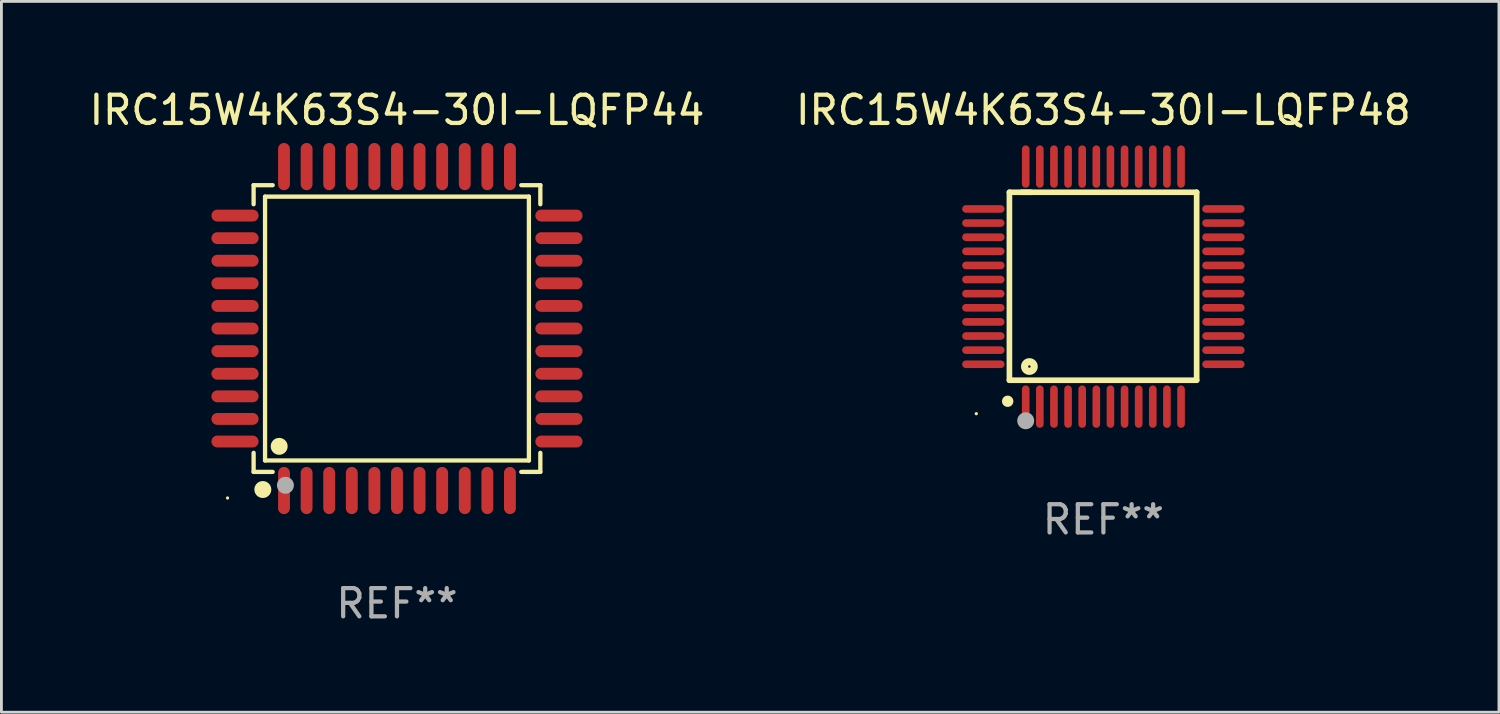
<source format=kicad_pcb>
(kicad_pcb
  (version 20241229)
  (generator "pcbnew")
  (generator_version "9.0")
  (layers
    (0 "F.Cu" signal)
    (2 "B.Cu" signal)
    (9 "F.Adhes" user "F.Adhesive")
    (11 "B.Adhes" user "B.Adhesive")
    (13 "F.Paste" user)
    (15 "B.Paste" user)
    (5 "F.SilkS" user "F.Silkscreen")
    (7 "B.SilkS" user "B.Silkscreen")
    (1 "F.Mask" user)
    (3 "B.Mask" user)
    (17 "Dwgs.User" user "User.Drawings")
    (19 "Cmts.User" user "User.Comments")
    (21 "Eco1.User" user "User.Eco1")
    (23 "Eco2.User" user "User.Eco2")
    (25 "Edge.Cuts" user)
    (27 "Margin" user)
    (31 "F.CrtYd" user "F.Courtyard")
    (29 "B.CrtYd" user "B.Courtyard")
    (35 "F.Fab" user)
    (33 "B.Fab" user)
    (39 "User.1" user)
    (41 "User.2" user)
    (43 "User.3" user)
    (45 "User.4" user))
  (footprint "IRC15W4K63S4-30I-LQFP48"
    (layer "F.Cu")
    (at 36.018 7.098)
    (property "Reference" "IRC15W4K63S4-30I-LQFP48" (at 0 -6.25 0) (layer "F.SilkS") (effects (font (size 1 1) (thickness 0.15))))
    (attr through_hole)
    (fp_line (start -3.327 -3.34) (end -2.565 -3.34) (stroke (width 0.2) (type solid)) (layer "F.SilkS"))
    (fp_line (start -3.327 3.315) (end -3.327 -3.34) (stroke (width 0.2) (type solid)) (layer "F.SilkS"))
    (fp_line (start -2.896 -3.34) (end 3.302 -3.34) (stroke (width 0.2) (type solid)) (layer "F.SilkS"))
    (fp_line (start 3.302 -3.34) (end 3.302 3.315) (stroke (width 0.2) (type solid)) (layer "F.SilkS"))
    (fp_line (start 3.302 3.315) (end -3.327 3.315) (stroke (width 0.2) (type solid)) (layer "F.SilkS"))
    (fp_arc (start -3.389992 4.059995) (mid -3.388722 4.059991) (end -3.387452 4.059995) (stroke (width 0.4) (type solid)) (layer "F.SilkS"))
    (fp_circle (center -4.5 4.5) (end -4.47 4.5) (stroke (width 0.06) (type solid)) (fill no) (layer "F.SilkS"))
    (fp_circle (center -2.62 2.83) (end -2.45 2.83) (stroke (width 0.254) (type solid)) (fill no) (layer "F.SilkS"))
    (fp_circle (center -2.75 4.75) (end -2.6 4.75) (stroke (width 0.3) (type solid)) (fill no) (layer "F.Fab"))
    (fp_text user "REF**" (at 0 8.25 0) (layer "F.Fab") (effects (font (size 1 1) (thickness 0.15))))
    (pad "1" smd oval (at -2.75 4.25) (size 0.27 1.5) (layers "F.Cu" "F.Mask" "F.Paste"))
    (pad "2" smd oval (at -2.25 4.25) (size 0.27 1.5) (layers "F.Cu" "F.Mask" "F.Paste"))
    (pad "3" smd oval (at -1.75 4.25) (size 0.27 1.5) (layers "F.Cu" "F.Mask" "F.Paste"))
    (pad "4" smd oval (at -1.25 4.25) (size 0.27 1.5) (layers "F.Cu" "F.Mask" "F.Paste"))
    (pad "5" smd oval (at -0.75 4.25) (size 0.27 1.5) (layers "F.Cu" "F.Mask" "F.Paste"))
    (pad "6" smd oval (at -0.25 4.25) (size 0.27 1.5) (layers "F.Cu" "F.Mask" "F.Paste"))
    (pad "7" smd oval (at 0.25 4.25) (size 0.27 1.5) (layers "F.Cu" "F.Mask" "F.Paste"))
    (pad "8" smd oval (at 0.75 4.25) (size 0.27 1.5) (layers "F.Cu" "F.Mask" "F.Paste"))
    (pad "9" smd oval (at 1.25 4.25) (size 0.27 1.5) (layers "F.Cu" "F.Mask" "F.Paste"))
    (pad "10" smd oval (at 1.75 4.25) (size 0.27 1.5) (layers "F.Cu" "F.Mask" "F.Paste"))
    (pad "11" smd oval (at 2.25 4.25) (size 0.27 1.5) (layers "F.Cu" "F.Mask" "F.Paste"))
    (pad "12" smd oval (at 2.75 4.25) (size 0.27 1.5) (layers "F.Cu" "F.Mask" "F.Paste"))
    (pad "13" smd oval (at 4.25 2.75) (size 1.5 0.27) (layers "F.Cu" "F.Mask" "F.Paste"))
    (pad "14" smd oval (at 4.25 2.25) (size 1.5 0.27) (layers "F.Cu" "F.Mask" "F.Paste"))
    (pad "15" smd oval (at 4.25 1.75) (size 1.5 0.27) (layers "F.Cu" "F.Mask" "F.Paste"))
    (pad "16" smd oval (at 4.25 1.25) (size 1.5 0.27) (layers "F.Cu" "F.Mask" "F.Paste"))
    (pad "17" smd oval (at 4.25 0.75) (size 1.5 0.27) (layers "F.Cu" "F.Mask" "F.Paste"))
    (pad "18" smd oval (at 4.25 0.25) (size 1.5 0.27) (layers "F.Cu" "F.Mask" "F.Paste"))
    (pad "19" smd oval (at 4.25 -0.25) (size 1.5 0.27) (layers "F.Cu" "F.Mask" "F.Paste"))
    (pad "20" smd oval (at 4.25 -0.75) (size 1.5 0.27) (layers "F.Cu" "F.Mask" "F.Paste"))
    (pad "21" smd oval (at 4.25 -1.25) (size 1.5 0.27) (layers "F.Cu" "F.Mask" "F.Paste"))
    (pad "22" smd oval (at 4.25 -1.75) (size 1.5 0.27) (layers "F.Cu" "F.Mask" "F.Paste"))
    (pad "23" smd oval (at 4.25 -2.25) (size 1.5 0.27) (layers "F.Cu" "F.Mask" "F.Paste"))
    (pad "24" smd oval (at 4.25 -2.75) (size 1.5 0.27) (layers "F.Cu" "F.Mask" "F.Paste"))
    (pad "25" smd oval (at 2.75 -4.25) (size 0.27 1.5) (layers "F.Cu" "F.Mask" "F.Paste"))
    (pad "26" smd oval (at 2.25 -4.25) (size 0.27 1.5) (layers "F.Cu" "F.Mask" "F.Paste"))
    (pad "27" smd oval (at 1.75 -4.25) (size 0.27 1.5) (layers "F.Cu" "F.Mask" "F.Paste"))
    (pad "28" smd oval (at 1.25 -4.25) (size 0.27 1.5) (layers "F.Cu" "F.Mask" "F.Paste"))
    (pad "29" smd oval (at 0.75 -4.25) (size 0.27 1.5) (layers "F.Cu" "F.Mask" "F.Paste"))
    (pad "30" smd oval (at 0.25 -4.25) (size 0.27 1.5) (layers "F.Cu" "F.Mask" "F.Paste"))
    (pad "31" smd oval (at -0.25 -4.25) (size 0.27 1.5) (layers "F.Cu" "F.Mask" "F.Paste"))
    (pad "32" smd oval (at -0.75 -4.25) (size 0.27 1.5) (layers "F.Cu" "F.Mask" "F.Paste"))
    (pad "33" smd oval (at -1.25 -4.25) (size 0.27 1.5) (layers "F.Cu" "F.Mask" "F.Paste"))
    (pad "34" smd oval (at -1.75 -4.25) (size 0.27 1.5) (layers "F.Cu" "F.Mask" "F.Paste"))
    (pad "35" smd oval (at -2.25 -4.25) (size 0.27 1.5) (layers "F.Cu" "F.Mask" "F.Paste"))
    (pad "36" smd oval (at -2.75 -4.25) (size 0.27 1.5) (layers "F.Cu" "F.Mask" "F.Paste"))
    (pad "37" smd oval (at -4.25 -2.75) (size 1.5 0.27) (layers "F.Cu" "F.Mask" "F.Paste"))
    (pad "38" smd oval (at -4.25 -2.25) (size 1.5 0.27) (layers "F.Cu" "F.Mask" "F.Paste"))
    (pad "39" smd oval (at -4.25 -1.75) (size 1.5 0.27) (layers "F.Cu" "F.Mask" "F.Paste"))
    (pad "40" smd oval (at -4.25 -1.25) (size 1.5 0.27) (layers "F.Cu" "F.Mask" "F.Paste"))
    (pad "41" smd oval (at -4.25 -0.75) (size 1.5 0.27) (layers "F.Cu" "F.Mask" "F.Paste"))
    (pad "42" smd oval (at -4.25 -0.25) (size 1.5 0.27) (layers "F.Cu" "F.Mask" "F.Paste"))
    (pad "43" smd oval (at -4.25 0.25) (size 1.5 0.27) (layers "F.Cu" "F.Mask" "F.Paste"))
    (pad "44" smd oval (at -4.25 0.75) (size 1.5 0.27) (layers "F.Cu" "F.Mask" "F.Paste"))
    (pad "45" smd oval (at -4.25 1.25) (size 1.5 0.27) (layers "F.Cu" "F.Mask" "F.Paste"))
    (pad "46" smd oval (at -4.25 1.75) (size 1.5 0.27) (layers "F.Cu" "F.Mask" "F.Paste"))
    (pad "47" smd oval (at -4.25 2.25) (size 1.5 0.27) (layers "F.Cu" "F.Mask" "F.Paste"))
    (pad "48" smd oval (at -4.25 2.75) (size 1.5 0.27) (layers "F.Cu" "F.Mask" "F.Paste")))
  (footprint "IRC15W4K63S4-30I-LQFP44"
    (layer "F.Cu")
    (at 11.006 8.583)
    (property "Reference" "IRC15W4K63S4-30I-LQFP44" (at 0 -7.735 0) (layer "F.SilkS") (effects (font (size 1 1) (thickness 0.15))))
    (attr through_hole)
    (fp_line (start -5.076 -5.076) (end -4.401 -5.076) (stroke (width 0.152) (type solid)) (layer "F.SilkS"))
    (fp_line (start -5.076 -4.401) (end -5.076 -5.076) (stroke (width 0.152) (type solid)) (layer "F.SilkS"))
    (fp_line (start -5.076 4.401) (end -5.076 5.076) (stroke (width 0.152) (type solid)) (layer "F.SilkS"))
    (fp_line (start -5.076 5.076) (end -4.401 5.076) (stroke (width 0.152) (type solid)) (layer "F.SilkS"))
    (fp_line (start -4.671 -4.671) (end 4.671 -4.671) (stroke (width 0.152) (type solid)) (layer "F.SilkS"))
    (fp_line (start -4.671 4.671) (end -4.671 -4.671) (stroke (width 0.152) (type solid)) (layer "F.SilkS"))
    (fp_line (start 4.671 -4.671) (end 4.671 4.671) (stroke (width 0.152) (type solid)) (layer "F.SilkS"))
    (fp_line (start 4.671 4.671) (end -4.671 4.671) (stroke (width 0.152) (type solid)) (layer "F.SilkS"))
    (fp_line (start 5.076 -5.076) (end 4.401 -5.076) (stroke (width 0.152) (type solid)) (layer "F.SilkS"))
    (fp_line (start 5.076 -4.401) (end 5.076 -5.076) (stroke (width 0.152) (type solid)) (layer "F.SilkS"))
    (fp_line (start 5.076 4.401) (end 5.076 5.076) (stroke (width 0.152) (type solid)) (layer "F.SilkS"))
    (fp_line (start 5.076 5.076) (end 4.401 5.076) (stroke (width 0.152) (type solid)) (layer "F.SilkS"))
    (fp_circle (center -6 6) (end -5.97 6) (stroke (width 0.06) (type solid)) (fill no) (layer "F.SilkS"))
    (fp_circle (center -4.75 5.7) (end -4.6 5.7) (stroke (width 0.3) (type solid)) (fill no) (layer "F.SilkS"))
    (fp_circle (center -4.171 4.171) (end -4.021 4.171) (stroke (width 0.3) (type solid)) (fill no) (layer "F.SilkS"))
    (fp_circle (center -3.95 5.55) (end -3.8 5.55) (stroke (width 0.3) (type solid)) (fill no) (layer "F.Fab"))
    (fp_text user "REF**" (at 0 9.735 0) (layer "F.Fab") (effects (font (size 1 1) (thickness 0.15))))
    (pad "1" smd oval (at -4 5.735) (size 0.42 1.67) (layers "F.Cu" "F.Mask" "F.Paste"))
    (pad "2" smd oval (at -3.2 5.735) (size 0.42 1.67) (layers "F.Cu" "F.Mask" "F.Paste"))
    (pad "3" smd oval (at -2.4 5.735) (size 0.42 1.67) (layers "F.Cu" "F.Mask" "F.Paste"))
    (pad "4" smd oval (at -1.6 5.735) (size 0.42 1.67) (layers "F.Cu" "F.Mask" "F.Paste"))
    (pad "5" smd oval (at -0.8 5.735) (size 0.42 1.67) (layers "F.Cu" "F.Mask" "F.Paste"))
    (pad "6" smd oval (at 0 5.735) (size 0.42 1.67) (layers "F.Cu" "F.Mask" "F.Paste"))
    (pad "7" smd oval (at 0.8 5.735) (size 0.42 1.67) (layers "F.Cu" "F.Mask" "F.Paste"))
    (pad "8" smd oval (at 1.6 5.735) (size 0.42 1.67) (layers "F.Cu" "F.Mask" "F.Paste"))
    (pad "9" smd oval (at 2.4 5.735) (size 0.42 1.67) (layers "F.Cu" "F.Mask" "F.Paste"))
    (pad "10" smd oval (at 3.2 5.735) (size 0.42 1.67) (layers "F.Cu" "F.Mask" "F.Paste"))
    (pad "11" smd oval (at 4 5.735) (size 0.42 1.67) (layers "F.Cu" "F.Mask" "F.Paste"))
    (pad "12" smd oval (at 5.735 4) (size 1.67 0.42) (layers "F.Cu" "F.Mask" "F.Paste"))
    (pad "13" smd oval (at 5.735 3.2) (size 1.67 0.42) (layers "F.Cu" "F.Mask" "F.Paste"))
    (pad "14" smd oval (at 5.735 2.4) (size 1.67 0.42) (layers "F.Cu" "F.Mask" "F.Paste"))
    (pad "15" smd oval (at 5.735 1.6) (size 1.67 0.42) (layers "F.Cu" "F.Mask" "F.Paste"))
    (pad "16" smd oval (at 5.735 0.8) (size 1.67 0.42) (layers "F.Cu" "F.Mask" "F.Paste"))
    (pad "17" smd oval (at 5.735 0) (size 1.67 0.42) (layers "F.Cu" "F.Mask" "F.Paste"))
    (pad "18" smd oval (at 5.735 -0.8) (size 1.67 0.42) (layers "F.Cu" "F.Mask" "F.Paste"))
    (pad "19" smd oval (at 5.735 -1.6) (size 1.67 0.42) (layers "F.Cu" "F.Mask" "F.Paste"))
    (pad "20" smd oval (at 5.735 -2.4) (size 1.67 0.42) (layers "F.Cu" "F.Mask" "F.Paste"))
    (pad "21" smd oval (at 5.735 -3.2) (size 1.67 0.42) (layers "F.Cu" "F.Mask" "F.Paste"))
    (pad "22" smd oval (at 5.735 -4) (size 1.67 0.42) (layers "F.Cu" "F.Mask" "F.Paste"))
    (pad "23" smd oval (at 4 -5.735) (size 0.42 1.67) (layers "F.Cu" "F.Mask" "F.Paste"))
    (pad "24" smd oval (at 3.2 -5.735) (size 0.42 1.67) (layers "F.Cu" "F.Mask" "F.Paste"))
    (pad "25" smd oval (at 2.4 -5.735) (size 0.42 1.67) (layers "F.Cu" "F.Mask" "F.Paste"))
    (pad "26" smd oval (at 1.6 -5.735) (size 0.42 1.67) (layers "F.Cu" "F.Mask" "F.Paste"))
    (pad "27" smd oval (at 0.8 -5.735) (size 0.42 1.67) (layers "F.Cu" "F.Mask" "F.Paste"))
    (pad "28" smd oval (at 0 -5.735) (size 0.42 1.67) (layers "F.Cu" "F.Mask" "F.Paste"))
    (pad "29" smd oval (at -0.8 -5.735) (size 0.42 1.67) (layers "F.Cu" "F.Mask" "F.Paste"))
    (pad "30" smd oval (at -1.6 -5.735) (size 0.42 1.67) (layers "F.Cu" "F.Mask" "F.Paste"))
    (pad "31" smd oval (at -2.4 -5.735) (size 0.42 1.67) (layers "F.Cu" "F.Mask" "F.Paste"))
    (pad "32" smd oval (at -3.2 -5.735) (size 0.42 1.67) (layers "F.Cu" "F.Mask" "F.Paste"))
    (pad "33" smd oval (at -4 -5.735) (size 0.42 1.67) (layers "F.Cu" "F.Mask" "F.Paste"))
    (pad "34" smd oval (at -5.735 -4) (size 1.67 0.42) (layers "F.Cu" "F.Mask" "F.Paste"))
    (pad "35" smd oval (at -5.735 -3.2) (size 1.67 0.42) (layers "F.Cu" "F.Mask" "F.Paste"))
    (pad "36" smd oval (at -5.735 -2.4) (size 1.67 0.42) (layers "F.Cu" "F.Mask" "F.Paste"))
    (pad "37" smd oval (at -5.735 -1.6) (size 1.67 0.42) (layers "F.Cu" "F.Mask" "F.Paste"))
    (pad "38" smd oval (at -5.735 -0.8) (size 1.67 0.42) (layers "F.Cu" "F.Mask" "F.Paste"))
    (pad "39" smd oval (at -5.735 0) (size 1.67 0.42) (layers "F.Cu" "F.Mask" "F.Paste"))
    (pad "40" smd oval (at -5.735 0.8) (size 1.67 0.42) (layers "F.Cu" "F.Mask" "F.Paste"))
    (pad "41" smd oval (at -5.735 1.6) (size 1.67 0.42) (layers "F.Cu" "F.Mask" "F.Paste"))
    (pad "42" smd oval (at -5.735 2.4) (size 1.67 0.42) (layers "F.Cu" "F.Mask" "F.Paste"))
    (pad "43" smd oval (at -5.735 3.2) (size 1.67 0.42) (layers "F.Cu" "F.Mask" "F.Paste"))
    (pad "44" smd oval (at -5.735 4) (size 1.67 0.42) (layers "F.Cu" "F.Mask" "F.Paste")))
  (gr_rect
    (start -3 -3)
    (end 50.024 22.167)
    (stroke (width 0.1) (type default))
    (fill no)
    (layer "Edge.Cuts")))
</source>
